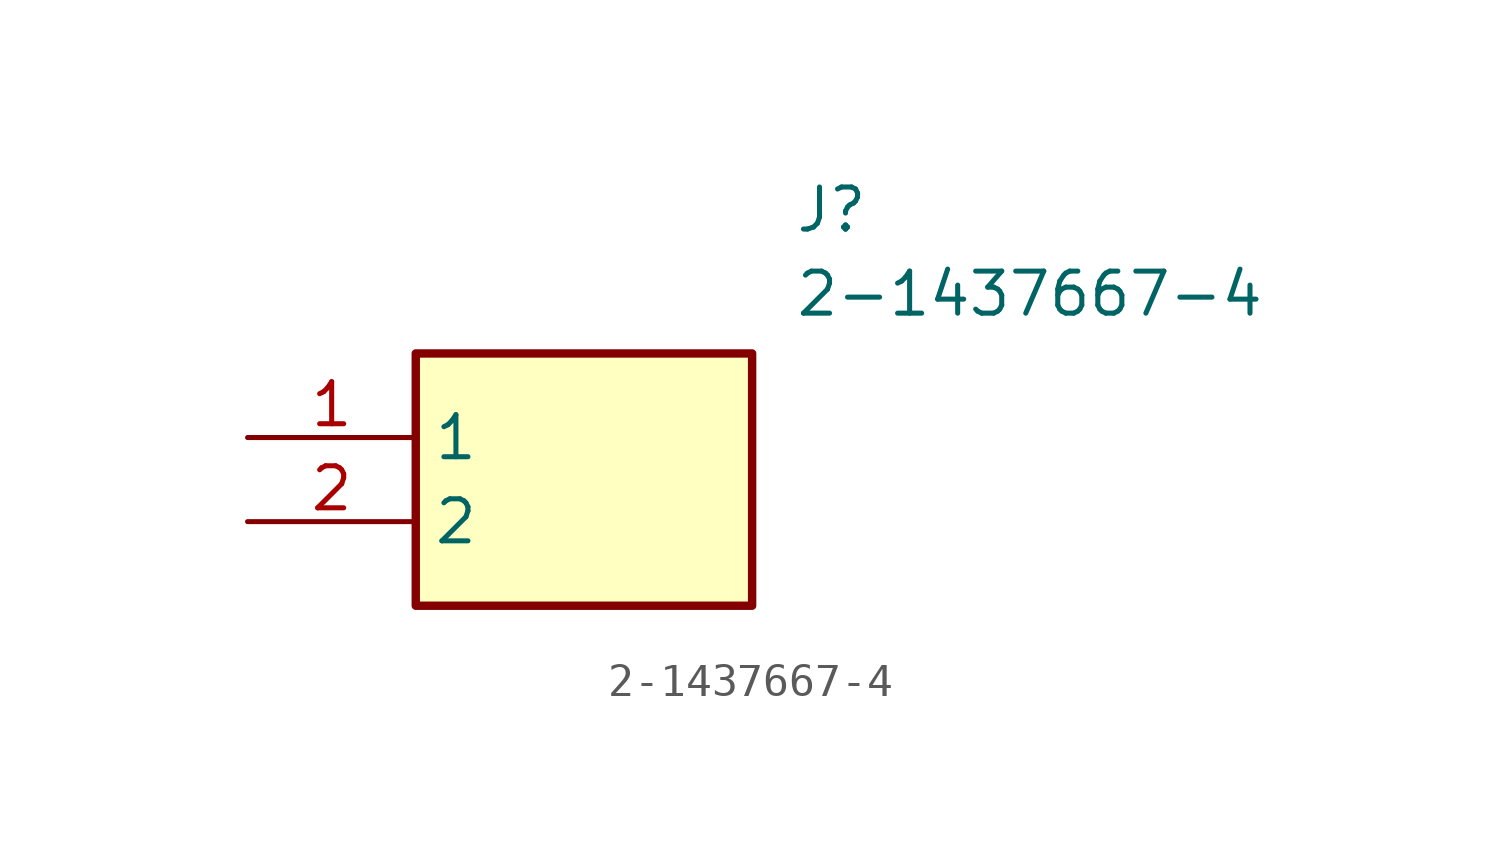
<source format=kicad_sym>
(kicad_symbol_lib
  (version 20211014)
  (generator SamacSys_ECAD_Model)
  (symbol "2-1437667-4"
    (property "Reference" "J"
      (at 16.51 7.62 0)
      (effects (font (size 1.27 1.27)) (justify left top)))
    (property "Value" "2-1437667-4"
      (at 16.51 5.08 0)
      (effects (font (size 1.27 1.27)) (justify left top)))
    (rectangle
      (start 5.08 2.54)
      (end 15.24 -5.08)
      (stroke (width 0.254) (type default))
      (fill (type background)))
    (pin passive line
      (at 0 0 0)
      (length 5.08)
      (name "1" (effects (font (size 1.27 1.27))))
      (number "1" (effects (font (size 1.27 1.27)))))
    (pin passive line
      (at 0 -2.54 0)
      (length 5.08)
      (name "2" (effects (font (size 1.27 1.27))))
      (number "2" (effects (font (size 1.27 1.27)))))))
</source>
